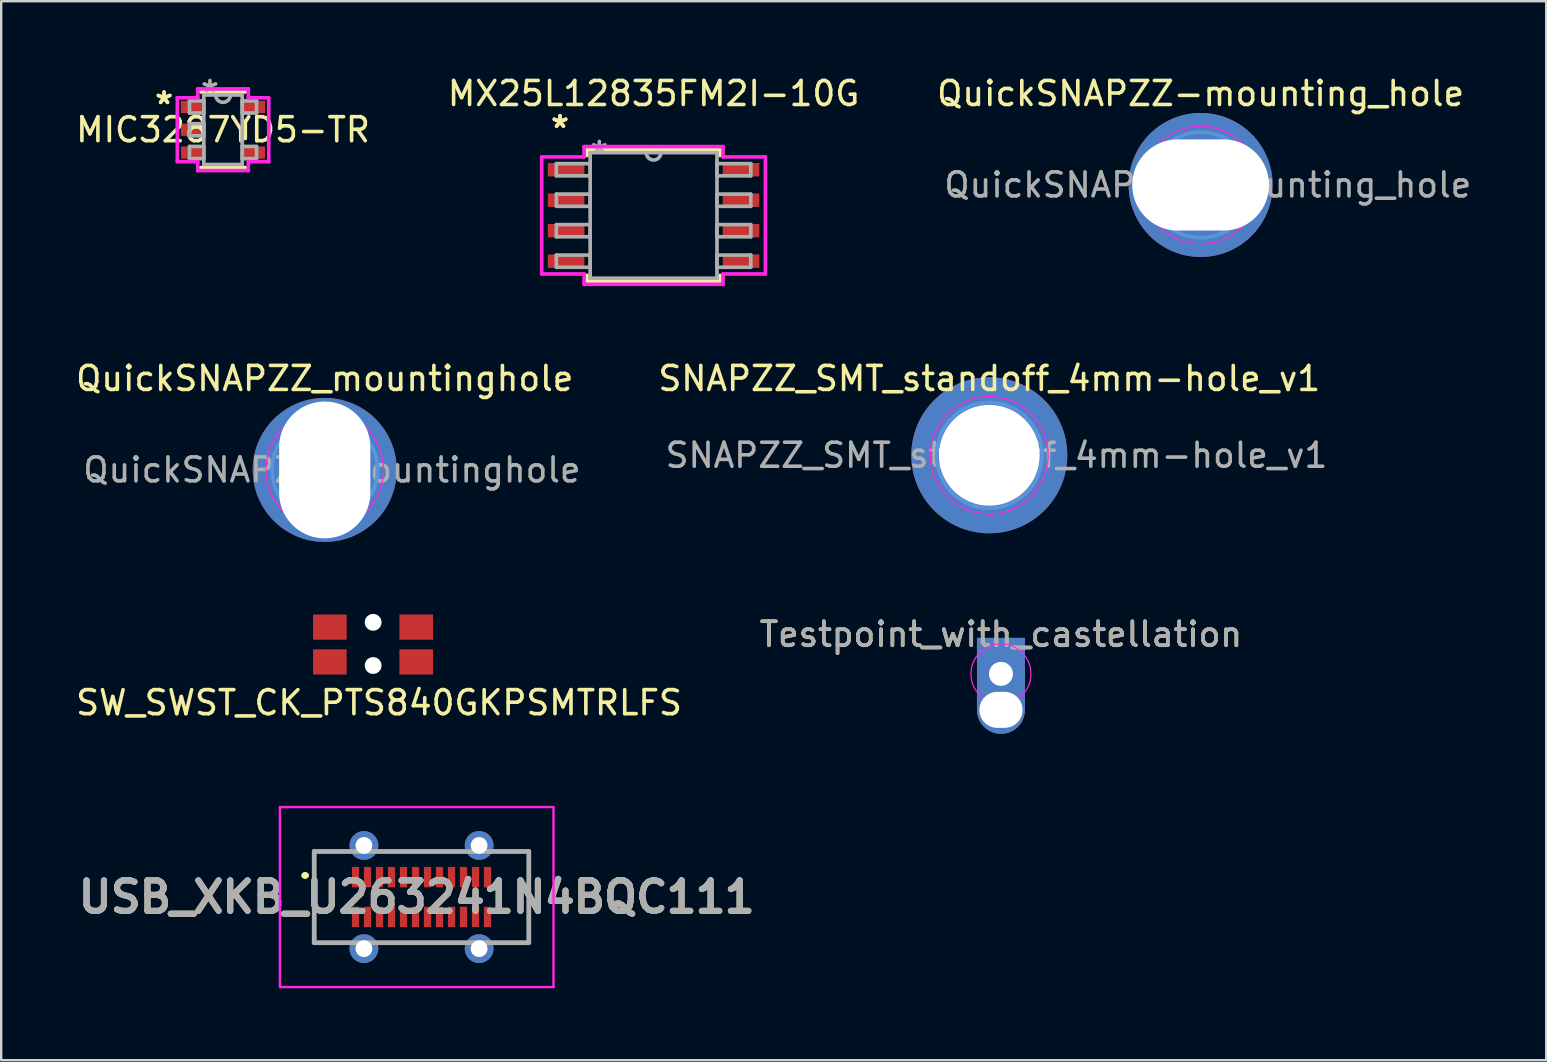
<source format=kicad_pcb>
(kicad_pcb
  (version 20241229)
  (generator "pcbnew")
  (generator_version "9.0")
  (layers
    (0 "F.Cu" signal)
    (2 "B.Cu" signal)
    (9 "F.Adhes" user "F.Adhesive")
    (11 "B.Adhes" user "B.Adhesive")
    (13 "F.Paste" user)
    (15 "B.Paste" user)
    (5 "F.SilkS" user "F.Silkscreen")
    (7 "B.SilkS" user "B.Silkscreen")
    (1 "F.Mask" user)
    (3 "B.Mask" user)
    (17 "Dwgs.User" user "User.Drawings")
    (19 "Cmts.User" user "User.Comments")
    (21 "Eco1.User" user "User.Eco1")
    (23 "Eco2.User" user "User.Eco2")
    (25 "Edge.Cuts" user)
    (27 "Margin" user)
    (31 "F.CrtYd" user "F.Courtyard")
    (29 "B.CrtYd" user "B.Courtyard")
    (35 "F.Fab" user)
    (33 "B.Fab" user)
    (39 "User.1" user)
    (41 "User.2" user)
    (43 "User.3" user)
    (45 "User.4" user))
  (footprint "MX25L12835FM2I-10G"
    (layer "F.Cu")
    (at 24.185 5.928)
    (property "Reference" "MX25L12835FM2I-10G" (at 0 -5.08 0) (layer "F.SilkS") (effects (font (size 1 1) (thickness 0.15))))
    (attr through_hole)
    (fp_line (start -2.769 -2.743) (end -2.769 -2.497) (stroke (width 0.152) (type solid)) (layer "F.SilkS"))
    (fp_line (start -2.769 2.497) (end -2.769 2.743) (stroke (width 0.152) (type solid)) (layer "F.SilkS"))
    (fp_line (start -2.769 2.743) (end 2.769 2.743) (stroke (width 0.152) (type solid)) (layer "F.SilkS"))
    (fp_line (start 2.769 -2.743) (end -2.769 -2.743) (stroke (width 0.152) (type solid)) (layer "F.SilkS"))
    (fp_line (start 2.769 -2.497) (end 2.769 -2.743) (stroke (width 0.152) (type solid)) (layer "F.SilkS"))
    (fp_line (start 2.769 2.743) (end 2.769 2.497) (stroke (width 0.152) (type solid)) (layer "F.SilkS"))
    (fp_line (start -4.661 -2.438) (end -2.896 -2.438) (stroke (width 0.152) (type solid)) (layer "F.CrtYd"))
    (fp_line (start -4.661 2.438) (end -4.661 -2.438) (stroke (width 0.152) (type solid)) (layer "F.CrtYd"))
    (fp_line (start -2.896 -2.87) (end 2.896 -2.87) (stroke (width 0.152) (type solid)) (layer "F.CrtYd"))
    (fp_line (start -2.896 -2.438) (end -2.896 -2.87) (stroke (width 0.152) (type solid)) (layer "F.CrtYd"))
    (fp_line (start -2.896 2.438) (end -4.661 2.438) (stroke (width 0.152) (type solid)) (layer "F.CrtYd"))
    (fp_line (start -2.896 2.87) (end -2.896 2.438) (stroke (width 0.152) (type solid)) (layer "F.CrtYd"))
    (fp_line (start 2.896 -2.87) (end 2.896 -2.438) (stroke (width 0.152) (type solid)) (layer "F.CrtYd"))
    (fp_line (start 2.896 -2.438) (end 4.661 -2.438) (stroke (width 0.152) (type solid)) (layer "F.CrtYd"))
    (fp_line (start 2.896 2.438) (end 2.896 2.87) (stroke (width 0.152) (type solid)) (layer "F.CrtYd"))
    (fp_line (start 2.896 2.87) (end -2.896 2.87) (stroke (width 0.152) (type solid)) (layer "F.CrtYd"))
    (fp_line (start 4.661 -2.438) (end 4.661 2.438) (stroke (width 0.152) (type solid)) (layer "F.CrtYd"))
    (fp_line (start 4.661 2.438) (end 2.896 2.438) (stroke (width 0.152) (type solid)) (layer "F.CrtYd"))
    (fp_line (start -4.051 -2.159) (end -4.051 -1.651) (stroke (width 0.152) (type solid)) (layer "F.Fab"))
    (fp_line (start -4.051 -1.651) (end -2.642 -1.651) (stroke (width 0.152) (type solid)) (layer "F.Fab"))
    (fp_line (start -4.051 -0.889) (end -4.051 -0.381) (stroke (width 0.152) (type solid)) (layer "F.Fab"))
    (fp_line (start -4.051 -0.381) (end -2.642 -0.381) (stroke (width 0.152) (type solid)) (layer "F.Fab"))
    (fp_line (start -4.051 0.381) (end -4.051 0.889) (stroke (width 0.152) (type solid)) (layer "F.Fab"))
    (fp_line (start -4.051 0.889) (end -2.642 0.889) (stroke (width 0.152) (type solid)) (layer "F.Fab"))
    (fp_line (start -4.051 1.651) (end -4.051 2.159) (stroke (width 0.152) (type solid)) (layer "F.Fab"))
    (fp_line (start -4.051 2.159) (end -2.642 2.159) (stroke (width 0.152) (type solid)) (layer "F.Fab"))
    (fp_line (start -2.642 -2.616) (end -2.642 2.616) (stroke (width 0.152) (type solid)) (layer "F.Fab"))
    (fp_line (start -2.642 -2.159) (end -4.051 -2.159) (stroke (width 0.152) (type solid)) (layer "F.Fab"))
    (fp_line (start -2.642 -1.651) (end -2.642 -2.159) (stroke (width 0.152) (type solid)) (layer "F.Fab"))
    (fp_line (start -2.642 -0.889) (end -4.051 -0.889) (stroke (width 0.152) (type solid)) (layer "F.Fab"))
    (fp_line (start -2.642 -0.381) (end -2.642 -0.889) (stroke (width 0.152) (type solid)) (layer "F.Fab"))
    (fp_line (start -2.642 0.381) (end -4.051 0.381) (stroke (width 0.152) (type solid)) (layer "F.Fab"))
    (fp_line (start -2.642 0.889) (end -2.642 0.381) (stroke (width 0.152) (type solid)) (layer "F.Fab"))
    (fp_line (start -2.642 1.651) (end -4.051 1.651) (stroke (width 0.152) (type solid)) (layer "F.Fab"))
    (fp_line (start -2.642 2.159) (end -2.642 1.651) (stroke (width 0.152) (type solid)) (layer "F.Fab"))
    (fp_line (start -2.642 2.616) (end 2.642 2.616) (stroke (width 0.152) (type solid)) (layer "F.Fab"))
    (fp_line (start 2.642 -2.616) (end -2.642 -2.616) (stroke (width 0.152) (type solid)) (layer "F.Fab"))
    (fp_line (start 2.642 -2.159) (end 2.642 -1.651) (stroke (width 0.152) (type solid)) (layer "F.Fab"))
    (fp_line (start 2.642 -1.651) (end 4.051 -1.651) (stroke (width 0.152) (type solid)) (layer "F.Fab"))
    (fp_line (start 2.642 -0.889) (end 2.642 -0.381) (stroke (width 0.152) (type solid)) (layer "F.Fab"))
    (fp_line (start 2.642 -0.381) (end 4.051 -0.381) (stroke (width 0.152) (type solid)) (layer "F.Fab"))
    (fp_line (start 2.642 0.381) (end 2.642 0.889) (stroke (width 0.152) (type solid)) (layer "F.Fab"))
    (fp_line (start 2.642 0.889) (end 4.051 0.889) (stroke (width 0.152) (type solid)) (layer "F.Fab"))
    (fp_line (start 2.642 1.651) (end 2.642 2.159) (stroke (width 0.152) (type solid)) (layer "F.Fab"))
    (fp_line (start 2.642 2.159) (end 4.051 2.159) (stroke (width 0.152) (type solid)) (layer "F.Fab"))
    (fp_line (start 2.642 2.616) (end 2.642 -2.616) (stroke (width 0.152) (type solid)) (layer "F.Fab"))
    (fp_line (start 4.051 -2.159) (end 2.642 -2.159) (stroke (width 0.152) (type solid)) (layer "F.Fab"))
    (fp_line (start 4.051 -1.651) (end 4.051 -2.159) (stroke (width 0.152) (type solid)) (layer "F.Fab"))
    (fp_line (start 4.051 -0.889) (end 2.642 -0.889) (stroke (width 0.152) (type solid)) (layer "F.Fab"))
    (fp_line (start 4.051 -0.381) (end 4.051 -0.889) (stroke (width 0.152) (type solid)) (layer "F.Fab"))
    (fp_line (start 4.051 0.381) (end 2.642 0.381) (stroke (width 0.152) (type solid)) (layer "F.Fab"))
    (fp_line (start 4.051 0.889) (end 4.051 0.381) (stroke (width 0.152) (type solid)) (layer "F.Fab"))
    (fp_line (start 4.051 1.651) (end 2.642 1.651) (stroke (width 0.152) (type solid)) (layer "F.Fab"))
    (fp_line (start 4.051 2.159) (end 4.051 1.651) (stroke (width 0.152) (type solid)) (layer "F.Fab"))
    (fp_arc (start 0.3048 -2.6162) (mid 0 -2.3114) (end -0.3048 -2.6162) (stroke (width 0.1524) (type solid)) (layer "F.Fab"))
    (fp_text user "*" (at -3.899 -3.607 0) (layer "F.SilkS") (effects (font (size 1 1) (thickness 0.15))))
    (fp_text user "*" (at -3.899 -3.607 0) (layer "F.SilkS") (effects (font (size 1 1) (thickness 0.15))))
    (fp_text user "*" (at -2.261 -2.54 0) (layer "F.Fab") (effects (font (size 1 1) (thickness 0.15))))
    (pad "1" smd rect (at -3.645 -1.905) (size 1.524 0.559) (layers "F.Cu" "F.Mask" "F.Paste"))
    (pad "2" smd rect (at -3.645 -0.635) (size 1.524 0.559) (layers "F.Cu" "F.Mask" "F.Paste"))
    (pad "3" smd rect (at -3.645 0.635) (size 1.524 0.559) (layers "F.Cu" "F.Mask" "F.Paste"))
    (pad "4" smd rect (at -3.645 1.905) (size 1.524 0.559) (layers "F.Cu" "F.Mask" "F.Paste"))
    (pad "5" smd rect (at 3.645 1.905) (size 1.524 0.559) (layers "F.Cu" "F.Mask" "F.Paste"))
    (pad "6" smd rect (at 3.645 0.635) (size 1.524 0.559) (layers "F.Cu" "F.Mask" "F.Paste"))
    (pad "7" smd rect (at 3.645 -0.635) (size 1.524 0.559) (layers "F.Cu" "F.Mask" "F.Paste"))
    (pad "8" smd rect (at 3.645 -1.905) (size 1.524 0.559) (layers "F.Cu" "F.Mask" "F.Paste")))
  (footprint "Testpoint_with_castellation"
    (layer "F.Cu")
    (at 38.661 25.031)
    (property "Reference" "Testpoint_with_castellation" (at 0 -1.648 0) (layer "F.SilkS") (effects (font (size 1 1) (thickness 0.15))))
    (attr exclude_from_pos_files exclude_from_bom)
    (fp_circle (center 0 0) (end 1.25 0) (stroke (width 0.05) (type solid)) (fill no) (layer "F.CrtYd"))
    (fp_text user "${REFERENCE}" (at 0 -1.65 0) (layer "F.Fab") (effects (font (size 1 1) (thickness 0.15))))
    (pad "1" thru_hole rect (at 0 0) (size 2 3) (drill 1) (layers "*.Cu" "*.Mask"))
    (pad "1" thru_hole circle (at 0 1.5) (size 2 2) (drill oval 1.8 1.5) (layers "*.Cu" "*.Mask")))
  (footprint "QuickSNAPZZ_mountinghole"
    (layer "F.Cu")
    (at 10.482 16.533)
    (property "Reference" "QuickSNAPZZ_mountinghole" (at 0 -3.81 0) (layer "F.SilkS") (effects (font (size 1 1) (thickness 0.15))))
    (attr exclude_from_pos_files exclude_from_bom)
    (fp_circle (center 0 0) (end 2.2 0) (stroke (width 0.15) (type solid)) (fill no) (layer "Cmts.User"))
    (fp_circle (center 0 0) (end 2.45 0) (stroke (width 0.05) (type solid)) (fill no) (layer "F.CrtYd"))
    (fp_text user "${REFERENCE}" (at 0.3 0 0) (layer "F.Fab") (effects (font (size 1 1) (thickness 0.15))))
    (pad "1" thru_hole oval (at 0 0 90) (size 6 6) (drill oval 5.7 3.8) (layers "*.Cu" "*.Mask")))
  (footprint "MIC3287YD5-TR"
    (layer "F.Cu")
    (at 6.244 2.357)
    (property "Reference" "MIC3287YD5-TR" (at 0 0 0) (layer "F.SilkS") (effects (font (size 1 1) (thickness 0.15))))
    (attr through_hole)
    (fp_line (start -0.927 1.575) (end 0.927 1.575) (stroke (width 0.152) (type solid)) (layer "F.SilkS"))
    (fp_line (start 0.927 -1.575) (end -0.927 -1.575) (stroke (width 0.152) (type solid)) (layer "F.SilkS"))
    (fp_line (start 0.927 0.363) (end 0.927 -0.363) (stroke (width 0.152) (type solid)) (layer "F.SilkS"))
    (fp_line (start -1.905 -1.331) (end -1.054 -1.331) (stroke (width 0.152) (type solid)) (layer "F.CrtYd"))
    (fp_line (start -1.905 1.331) (end -1.905 -1.331) (stroke (width 0.152) (type solid)) (layer "F.CrtYd"))
    (fp_line (start -1.054 -1.702) (end 1.054 -1.702) (stroke (width 0.152) (type solid)) (layer "F.CrtYd"))
    (fp_line (start -1.054 -1.331) (end -1.054 -1.702) (stroke (width 0.152) (type solid)) (layer "F.CrtYd"))
    (fp_line (start -1.054 1.331) (end -1.905 1.331) (stroke (width 0.152) (type solid)) (layer "F.CrtYd"))
    (fp_line (start -1.054 1.702) (end -1.054 1.331) (stroke (width 0.152) (type solid)) (layer "F.CrtYd"))
    (fp_line (start 1.054 -1.702) (end 1.054 -1.331) (stroke (width 0.152) (type solid)) (layer "F.CrtYd"))
    (fp_line (start 1.054 -1.331) (end 1.905 -1.331) (stroke (width 0.152) (type solid)) (layer "F.CrtYd"))
    (fp_line (start 1.054 1.331) (end 1.054 1.702) (stroke (width 0.152) (type solid)) (layer "F.CrtYd"))
    (fp_line (start 1.054 1.702) (end -1.054 1.702) (stroke (width 0.152) (type solid)) (layer "F.CrtYd"))
    (fp_line (start 1.905 -1.331) (end 1.905 1.331) (stroke (width 0.152) (type solid)) (layer "F.CrtYd"))
    (fp_line (start 1.905 1.331) (end 1.054 1.331) (stroke (width 0.152) (type solid)) (layer "F.CrtYd"))
    (fp_line (start -1.397 -1.204) (end -1.397 -0.696) (stroke (width 0.152) (type solid)) (layer "F.Fab"))
    (fp_line (start -1.397 -0.696) (end -0.8 -0.696) (stroke (width 0.152) (type solid)) (layer "F.Fab"))
    (fp_line (start -1.397 -0.254) (end -1.397 0.254) (stroke (width 0.152) (type solid)) (layer "F.Fab"))
    (fp_line (start -1.397 0.254) (end -0.8 0.254) (stroke (width 0.152) (type solid)) (layer "F.Fab"))
    (fp_line (start -1.397 0.696) (end -1.397 1.204) (stroke (width 0.152) (type solid)) (layer "F.Fab"))
    (fp_line (start -1.397 1.204) (end -0.8 1.204) (stroke (width 0.152) (type solid)) (layer "F.Fab"))
    (fp_line (start -0.8 -1.448) (end -0.8 1.448) (stroke (width 0.152) (type solid)) (layer "F.Fab"))
    (fp_line (start -0.8 -1.204) (end -1.397 -1.204) (stroke (width 0.152) (type solid)) (layer "F.Fab"))
    (fp_line (start -0.8 -0.696) (end -0.8 -1.204) (stroke (width 0.152) (type solid)) (layer "F.Fab"))
    (fp_line (start -0.8 -0.254) (end -1.397 -0.254) (stroke (width 0.152) (type solid)) (layer "F.Fab"))
    (fp_line (start -0.8 0.254) (end -0.8 -0.254) (stroke (width 0.152) (type solid)) (layer "F.Fab"))
    (fp_line (start -0.8 0.696) (end -1.397 0.696) (stroke (width 0.152) (type solid)) (layer "F.Fab"))
    (fp_line (start -0.8 1.204) (end -0.8 0.696) (stroke (width 0.152) (type solid)) (layer "F.Fab"))
    (fp_line (start -0.8 1.448) (end 0.8 1.448) (stroke (width 0.152) (type solid)) (layer "F.Fab"))
    (fp_line (start 0.8 -1.448) (end -0.8 -1.448) (stroke (width 0.152) (type solid)) (layer "F.Fab"))
    (fp_line (start 0.8 -1.204) (end 0.8 -0.696) (stroke (width 0.152) (type solid)) (layer "F.Fab"))
    (fp_line (start 0.8 -0.696) (end 1.397 -0.696) (stroke (width 0.152) (type solid)) (layer "F.Fab"))
    (fp_line (start 0.8 0.696) (end 0.8 1.204) (stroke (width 0.152) (type solid)) (layer "F.Fab"))
    (fp_line (start 0.8 1.204) (end 1.397 1.204) (stroke (width 0.152) (type solid)) (layer "F.Fab"))
    (fp_line (start 0.8 1.448) (end 0.8 -1.448) (stroke (width 0.152) (type solid)) (layer "F.Fab"))
    (fp_line (start 1.397 -1.204) (end 0.8 -1.204) (stroke (width 0.152) (type solid)) (layer "F.Fab"))
    (fp_line (start 1.397 -0.696) (end 1.397 -1.204) (stroke (width 0.152) (type solid)) (layer "F.Fab"))
    (fp_line (start 1.397 0.696) (end 0.8 0.696) (stroke (width 0.152) (type solid)) (layer "F.Fab"))
    (fp_line (start 1.397 1.204) (end 1.397 0.696) (stroke (width 0.152) (type solid)) (layer "F.Fab"))
    (fp_arc (start 0.3048 -1.4478) (mid 0 -1.143) (end -0.3048 -1.4478) (stroke (width 0.1524) (type solid)) (layer "F.Fab"))
    (fp_text user "*" (at -2.457 -1.026 0) (layer "F.SilkS") (effects (font (size 1 1) (thickness 0.15))))
    (fp_text user "*" (at -2.457 -1.026 0) (layer "F.SilkS") (effects (font (size 1 1) (thickness 0.15))))
    (fp_text user "Copyright 2016 Accelerated Designs. All rights reserved." (at 0 0 0) (layer "Cmts.User") (effects (font (size 0.127 0.127) (thickness 0.002))))
    (fp_text user "*" (at -0.546 -1.509 0) (layer "F.Fab") (effects (font (size 1 1) (thickness 0.15))))
    (pad "1" smd rect (at -1.276 -0.95) (size 0.953 0.508) (layers "F.Cu" "F.Mask" "F.Paste"))
    (pad "2" smd rect (at -1.276 0) (size 0.953 0.508) (layers "F.Cu" "F.Mask" "F.Paste"))
    (pad "3" smd rect (at -1.276 0.95) (size 0.953 0.508) (layers "F.Cu" "F.Mask" "F.Paste"))
    (pad "4" smd rect (at 1.276 0.95) (size 0.953 0.508) (layers "F.Cu" "F.Mask" "F.Paste"))
    (pad "5" smd rect (at 1.276 -0.95) (size 0.953 0.508) (layers "F.Cu" "F.Mask" "F.Paste")))
  (footprint "USB_XKB_U263241N4BQC111"
    (layer "F.Cu")
    (at 14.515 34.331)
    (property "Reference" "USB_XKB_U263241N4BQC111" (at -0.2 0 0) (layer "F.SilkS") (effects (font (size 1.27 1.27) (thickness 0.254))))
    (attr through_hole)
    (fp_line (start -4.9 -0.9) (end -4.9 -0.9) (stroke (width 0.2) (type solid)) (layer "F.SilkS"))
    (fp_line (start -4.8 -0.9) (end -4.8 -0.9) (stroke (width 0.2) (type solid)) (layer "F.SilkS"))
    (fp_arc (start -4.9 -0.9) (mid -4.85 -0.95) (end -4.8 -0.9) (stroke (width 0.2) (type solid)) (layer "F.SilkS"))
    (fp_arc (start -4.8 -0.9) (mid -4.85 -0.85) (end -4.9 -0.9) (stroke (width 0.2) (type solid)) (layer "F.SilkS"))
    (fp_line (start -5.9 -3.75) (end 5.5 -3.75) (stroke (width 0.1) (type solid)) (layer "F.CrtYd"))
    (fp_line (start -5.9 3.75) (end -5.9 -3.75) (stroke (width 0.1) (type solid)) (layer "F.CrtYd"))
    (fp_line (start 5.5 -3.75) (end 5.5 3.75) (stroke (width 0.1) (type solid)) (layer "F.CrtYd"))
    (fp_line (start 5.5 3.75) (end -5.9 3.75) (stroke (width 0.1) (type solid)) (layer "F.CrtYd"))
    (fp_line (start -4.47 -1.9) (end 4.47 -1.9) (stroke (width 0.2) (type solid)) (layer "F.Fab"))
    (fp_line (start -4.47 1.9) (end -4.47 -1.9) (stroke (width 0.2) (type solid)) (layer "F.Fab"))
    (fp_line (start 4.47 -1.9) (end 4.47 1.9) (stroke (width 0.2) (type solid)) (layer "F.Fab"))
    (fp_line (start 4.47 1.9) (end -4.47 1.9) (stroke (width 0.2) (type solid)) (layer "F.Fab"))
    (fp_text user "${REFERENCE}" (at -0.2 0 0) (layer "F.Fab") (effects (font (size 1.27 1.27) (thickness 0.254))))
    (pad "" np_thru_hole circle (at -3.75 0) (size 0.001 0.001) (drill 0.66) (layers "*.Cu" "*.Mask"))
    (pad "" np_thru_hole circle (at 3.75 0) (size 0.001 0.001) (drill 1.36) (layers "*.Cu" "*.Mask"))
    (pad "A1" smd rect (at -2.75 -0.83) (size 0.3 0.85) (layers "F.Cu" "F.Mask" "F.Paste"))
    (pad "A2" smd rect (at -2.25 -0.83) (size 0.3 0.85) (layers "F.Cu" "F.Mask" "F.Paste"))
    (pad "A3" smd rect (at -1.75 -0.83) (size 0.3 0.85) (layers "F.Cu" "F.Mask" "F.Paste"))
    (pad "A4" smd rect (at -1.25 -0.83) (size 0.3 0.85) (layers "F.Cu" "F.Mask" "F.Paste"))
    (pad "A5" smd rect (at -0.75 -0.83) (size 0.3 0.85) (layers "F.Cu" "F.Mask" "F.Paste"))
    (pad "A6" smd rect (at -0.25 -0.83) (size 0.3 0.85) (layers "F.Cu" "F.Mask" "F.Paste"))
    (pad "A7" smd rect (at 0.25 -0.83) (size 0.3 0.85) (layers "F.Cu" "F.Mask" "F.Paste"))
    (pad "A8" smd rect (at 0.75 -0.83) (size 0.3 0.85) (layers "F.Cu" "F.Mask" "F.Paste"))
    (pad "A9" smd rect (at 1.25 -0.83) (size 0.3 0.85) (layers "F.Cu" "F.Mask" "F.Paste"))
    (pad "A10" smd rect (at 1.75 -0.83) (size 0.3 0.85) (layers "F.Cu" "F.Mask" "F.Paste"))
    (pad "A11" smd rect (at 2.25 -0.83) (size 0.3 0.85) (layers "F.Cu" "F.Mask" "F.Paste"))
    (pad "A12" smd rect (at 2.75 -0.83) (size 0.3 0.85) (layers "F.Cu" "F.Mask" "F.Paste"))
    (pad "B1" smd rect (at 2.75 0.83) (size 0.3 0.85) (layers "F.Cu" "F.Mask" "F.Paste"))
    (pad "B2" smd rect (at 2.25 0.83) (size 0.3 0.85) (layers "F.Cu" "F.Mask" "F.Paste"))
    (pad "B3" smd rect (at 1.75 0.83) (size 0.3 0.85) (layers "F.Cu" "F.Mask" "F.Paste"))
    (pad "B4" smd rect (at 1.25 0.83) (size 0.3 0.85) (layers "F.Cu" "F.Mask" "F.Paste"))
    (pad "B5" smd rect (at 0.75 0.83) (size 0.3 0.85) (layers "F.Cu" "F.Mask" "F.Paste"))
    (pad "B6" smd rect (at 0.25 0.83) (size 0.3 0.85) (layers "F.Cu" "F.Mask" "F.Paste"))
    (pad "B7" smd rect (at -0.25 0.83) (size 0.3 0.85) (layers "F.Cu" "F.Mask" "F.Paste"))
    (pad "B8" smd rect (at -0.75 0.83) (size 0.3 0.85) (layers "F.Cu" "F.Mask" "F.Paste"))
    (pad "B9" smd rect (at -1.25 0.83) (size 0.3 0.85) (layers "F.Cu" "F.Mask" "F.Paste"))
    (pad "B10" smd rect (at -1.75 0.83) (size 0.3 0.85) (layers "F.Cu" "F.Mask" "F.Paste"))
    (pad "B11" smd rect (at -2.25 0.83) (size 0.3 0.85) (layers "F.Cu" "F.Mask" "F.Paste"))
    (pad "B12" smd rect (at -2.75 0.83) (size 0.3 0.85) (layers "F.Cu" "F.Mask" "F.Paste"))
    (pad "MH1" thru_hole circle (at -2.4 2.15) (size 1.2 1.2) (drill 0.7) (layers "*.Cu" "*.Mask"))
    (pad "MH2" thru_hole circle (at 2.4 2.15) (size 1.2 1.2) (drill 0.7) (layers "*.Cu" "*.Mask"))
    (pad "MH3" thru_hole circle (at 2.4 -2.15) (size 1.2 1.2) (drill 0.7) (layers "*.Cu" "*.Mask"))
    (pad "MH4" thru_hole circle (at -2.4 -2.15) (size 1.2 1.2) (drill 0.7) (layers "*.Cu" "*.Mask")))
  (footprint "SNAPZZ_SMT_standoff_4mm-hole_v1"
    (layer "F.Cu")
    (at 38.175 15.923)
    (property "Reference" "SNAPZZ_SMT_standoff_4mm-hole_v1" (at 0 -3.2 0) (layer "F.SilkS") (effects (font (size 1 1) (thickness 0.15))))
    (attr exclude_from_pos_files exclude_from_bom)
    (fp_circle (center 0 0) (end 2.2 0) (stroke (width 0.15) (type solid)) (fill no) (layer "Cmts.User"))
    (fp_circle (center 0 0) (end 2.45 0) (stroke (width 0.05) (type solid)) (fill no) (layer "F.CrtYd"))
    (fp_text user "${REFERENCE}" (at 0.3 0 0) (layer "F.Fab") (effects (font (size 1 1) (thickness 0.15))))
    (pad "1" thru_hole circle (at 0 0) (size 6.5 6.5) (drill 4.2) (layers "*.Cu" "*.Mask")))
  (footprint "SW_SWST_CK_PTS840GKPSMTRLFS"
    (layer "F.Cu")
    (at 12.544 23.983)
    (property "Reference" "SW_SWST_CK_PTS840GKPSMTRLFS" (at 0.2 2.25 0) (layer "F.SilkS") (effects (font (size 1 1) (thickness 0.15))))
    (attr through_hole)
    (pad "" np_thru_hole circle (at -0.045 -1.1) (size 0.7 0.7) (drill 0.7) (layers "*.Cu" "*.Mask"))
    (pad "" np_thru_hole circle (at -0.045 0.7) (size 0.7 0.7) (drill 0.7) (layers "*.Cu" "*.Mask"))
    (pad "1" smd rect (at -1.85 -0.9) (size 1.4 1.05) (layers "F.Cu" "F.Mask" "F.Paste"))
    (pad "1" smd rect (at 1.75 -0.9) (size 1.4 1.05) (layers "F.Cu" "F.Mask" "F.Paste"))
    (pad "2" smd rect (at -1.85 0.55) (size 1.4 1.05) (layers "F.Cu" "F.Mask" "F.Paste"))
    (pad "2" smd rect (at 1.75 0.55) (size 1.4 1.05) (layers "F.Cu" "F.Mask" "F.Paste")))
  (footprint "QuickSNAPZZ-mounting_hole"
    (layer "F.Cu")
    (at 46.982 4.658)
    (property "Reference" "QuickSNAPZZ-mounting_hole" (at 0 -3.81 0) (layer "F.SilkS") (effects (font (size 1 1) (thickness 0.15))))
    (attr exclude_from_pos_files exclude_from_bom)
    (fp_circle (center 0 0) (end 2.2 0) (stroke (width 0.15) (type solid)) (fill no) (layer "Cmts.User"))
    (fp_circle (center 0 0) (end 2.45 0) (stroke (width 0.05) (type solid)) (fill no) (layer "F.CrtYd"))
    (fp_text user "${REFERENCE}" (at 0.3 0 0) (layer "F.Fab") (effects (font (size 1 1) (thickness 0.15))))
    (pad "1" thru_hole oval (at 0 0) (size 6 6) (drill oval 5.7 3.8) (layers "*.Cu" "*.Mask")))
  (gr_rect
    (start -3 -3)
    (end 61.383 41.131)
    (stroke (width 0.1) (type default))
    (fill no)
    (layer "Edge.Cuts")))
</source>
